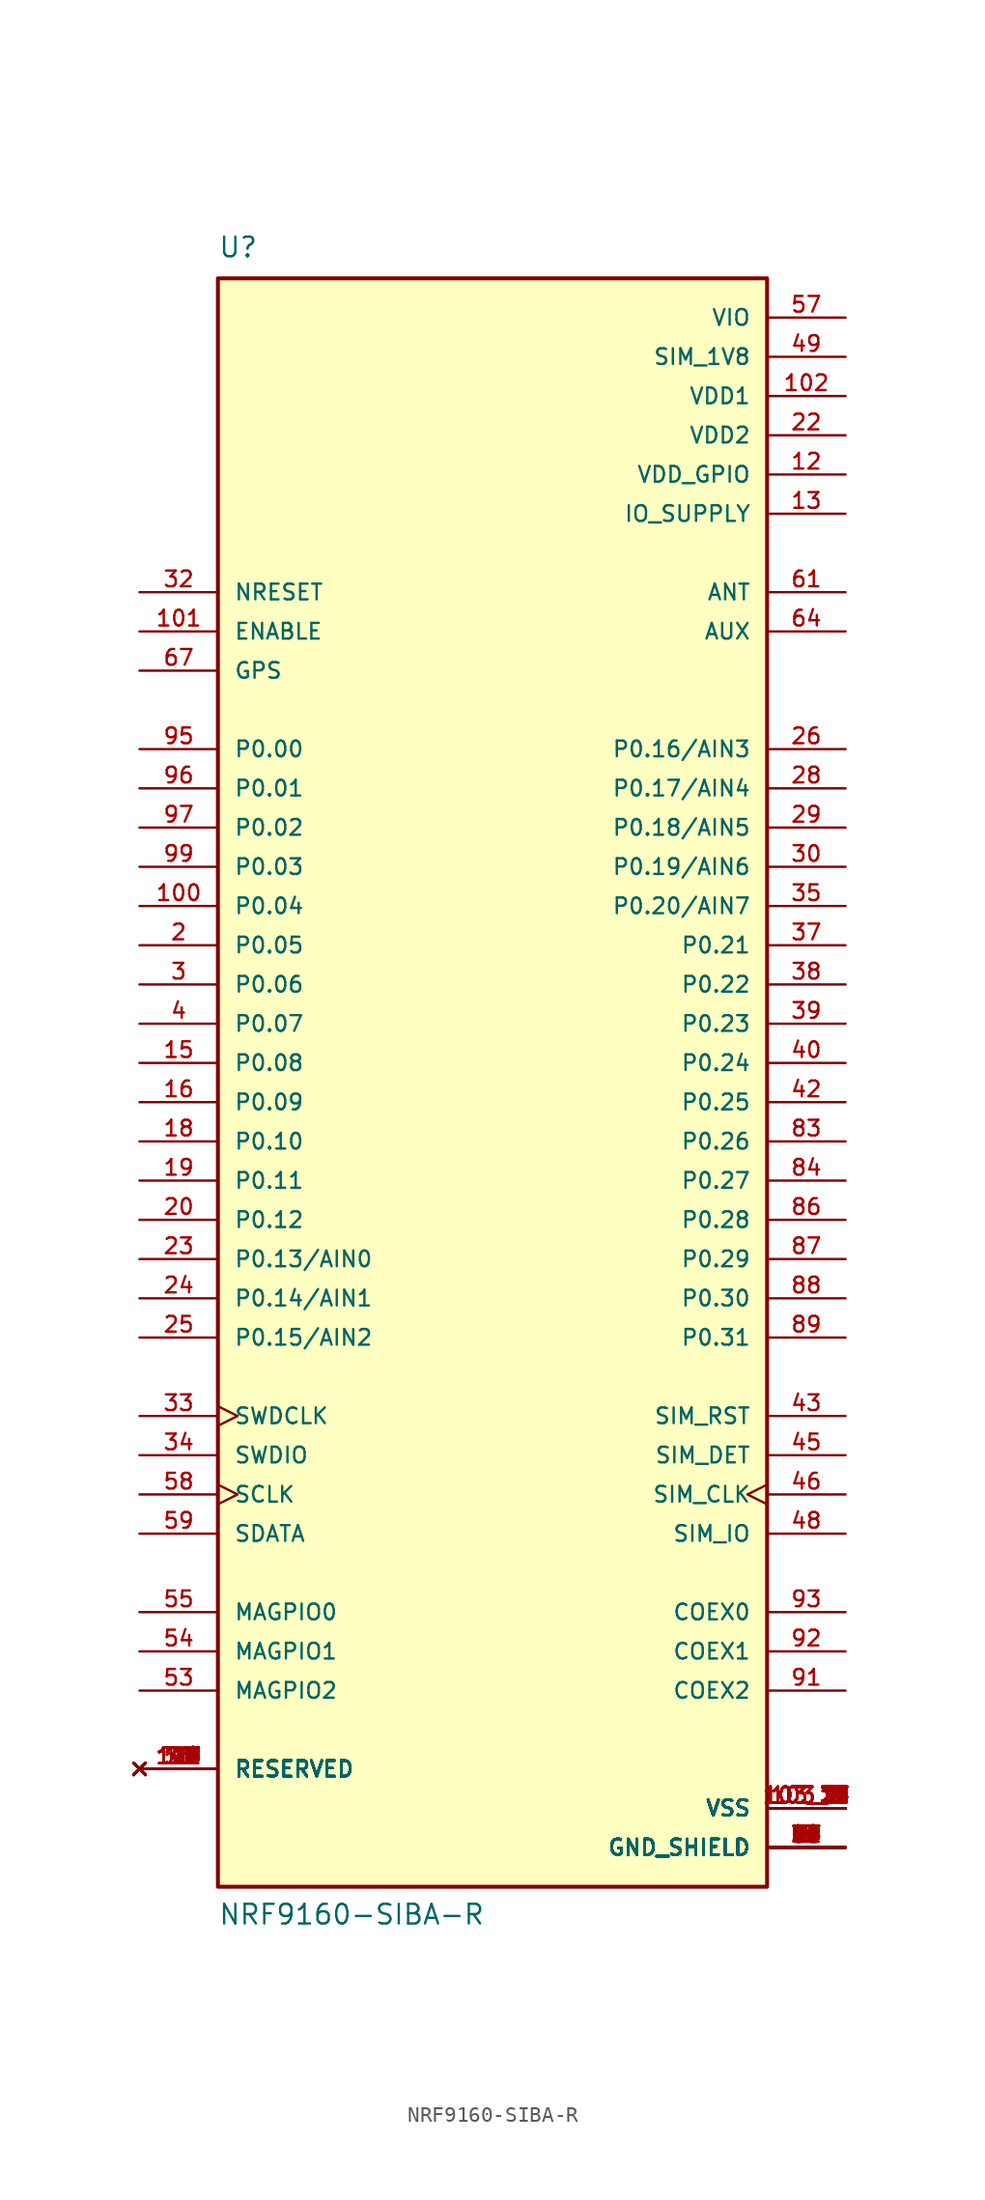
<source format=kicad_sym>
(kicad_symbol_lib
  (version 20211014)
  (generator kicad_symbol_editor)
  (symbol "NRF9160-SIBA-R"
    (pin_names
      (offset 1.016))
    (property "Reference" "U"
      (at -17.78 54.61 0)
      (effects (font (size 1.27 1.27)) (justify bottom left)))
    (property "Value" "NRF9160-SIBA-R"
      (at -17.78 -53.34 0)
      (effects (font (size 1.27 1.27)) (justify bottom left)))
    (symbol "NRF9160-SIBA-R_0_0"
      (rectangle (start -17.78 -50.8) (end 17.78 53.34) (stroke (width 0.254)) (fill (type background)))
      (pin power_in line (at 22.86 -48.26 180.0) (length 5.08) (name "GND_SHIELD" (effects (font (size 1.016 1.016)))) (number "1" (effects (font (size 1.016 1.016)))))
      (pin power_in line (at 22.86 -48.26 180.0) (length 5.08) (name "GND_SHIELD" (effects (font (size 1.016 1.016)))) (number "5" (effects (font (size 1.016 1.016)))))
      (pin power_in line (at 22.86 -48.26 180.0) (length 5.08) (name "GND_SHIELD" (effects (font (size 1.016 1.016)))) (number "6" (effects (font (size 1.016 1.016)))))
      (pin power_in line (at 22.86 -48.26 180.0) (length 5.08) (name "GND_SHIELD" (effects (font (size 1.016 1.016)))) (number "7" (effects (font (size 1.016 1.016)))))
      (pin power_in line (at 22.86 -48.26 180.0) (length 5.08) (name "GND_SHIELD" (effects (font (size 1.016 1.016)))) (number "8" (effects (font (size 1.016 1.016)))))
      (pin power_in line (at 22.86 -48.26 180.0) (length 5.08) (name "GND_SHIELD" (effects (font (size 1.016 1.016)))) (number "9" (effects (font (size 1.016 1.016)))))
      (pin power_in line (at 22.86 -48.26 180.0) (length 5.08) (name "GND_SHIELD" (effects (font (size 1.016 1.016)))) (number "11" (effects (font (size 1.016 1.016)))))
      (pin power_in line (at 22.86 -48.26 180.0) (length 5.08) (name "GND_SHIELD" (effects (font (size 1.016 1.016)))) (number "14" (effects (font (size 1.016 1.016)))))
      (pin power_in line (at 22.86 -48.26 180.0) (length 5.08) (name "GND_SHIELD" (effects (font (size 1.016 1.016)))) (number "17" (effects (font (size 1.016 1.016)))))
      (pin power_in line (at 22.86 -48.26 180.0) (length 5.08) (name "GND_SHIELD" (effects (font (size 1.016 1.016)))) (number "21" (effects (font (size 1.016 1.016)))))
      (pin power_in line (at 22.86 -48.26 180.0) (length 5.08) (name "GND_SHIELD" (effects (font (size 1.016 1.016)))) (number "27" (effects (font (size 1.016 1.016)))))
      (pin power_in line (at 22.86 -48.26 180.0) (length 5.08) (name "GND_SHIELD" (effects (font (size 1.016 1.016)))) (number "31" (effects (font (size 1.016 1.016)))))
      (pin power_in line (at 22.86 -48.26 180.0) (length 5.08) (name "GND_SHIELD" (effects (font (size 1.016 1.016)))) (number "36" (effects (font (size 1.016 1.016)))))
      (pin power_in line (at 22.86 -48.26 180.0) (length 5.08) (name "GND_SHIELD" (effects (font (size 1.016 1.016)))) (number "41" (effects (font (size 1.016 1.016)))))
      (pin power_in line (at 22.86 -48.26 180.0) (length 5.08) (name "GND_SHIELD" (effects (font (size 1.016 1.016)))) (number "44" (effects (font (size 1.016 1.016)))))
      (pin power_in line (at 22.86 -48.26 180.0) (length 5.08) (name "GND_SHIELD" (effects (font (size 1.016 1.016)))) (number "47" (effects (font (size 1.016 1.016)))))
      (pin power_in line (at 22.86 -48.26 180.0) (length 5.08) (name "GND_SHIELD" (effects (font (size 1.016 1.016)))) (number "50" (effects (font (size 1.016 1.016)))))
      (pin power_in line (at 22.86 -48.26 180.0) (length 5.08) (name "GND_SHIELD" (effects (font (size 1.016 1.016)))) (number "52" (effects (font (size 1.016 1.016)))))
      (pin power_in line (at 22.86 -48.26 180.0) (length 5.08) (name "GND_SHIELD" (effects (font (size 1.016 1.016)))) (number "56" (effects (font (size 1.016 1.016)))))
      (pin power_in line (at 22.86 -48.26 180.0) (length 5.08) (name "GND_SHIELD" (effects (font (size 1.016 1.016)))) (number "60" (effects (font (size 1.016 1.016)))))
      (pin power_in line (at 22.86 -48.26 180.0) (length 5.08) (name "GND_SHIELD" (effects (font (size 1.016 1.016)))) (number "62" (effects (font (size 1.016 1.016)))))
      (pin power_in line (at 22.86 -48.26 180.0) (length 5.08) (name "GND_SHIELD" (effects (font (size 1.016 1.016)))) (number "63" (effects (font (size 1.016 1.016)))))
      (pin power_in line (at 22.86 -48.26 180.0) (length 5.08) (name "GND_SHIELD" (effects (font (size 1.016 1.016)))) (number "65" (effects (font (size 1.016 1.016)))))
      (pin power_in line (at 22.86 -48.26 180.0) (length 5.08) (name "GND_SHIELD" (effects (font (size 1.016 1.016)))) (number "66" (effects (font (size 1.016 1.016)))))
      (pin power_in line (at 22.86 -48.26 180.0) (length 5.08) (name "GND_SHIELD" (effects (font (size 1.016 1.016)))) (number "68" (effects (font (size 1.016 1.016)))))
      (pin power_in line (at 22.86 -48.26 180.0) (length 5.08) (name "GND_SHIELD" (effects (font (size 1.016 1.016)))) (number "69" (effects (font (size 1.016 1.016)))))
      (pin power_in line (at 22.86 -48.26 180.0) (length 5.08) (name "GND_SHIELD" (effects (font (size 1.016 1.016)))) (number "72" (effects (font (size 1.016 1.016)))))
      (pin power_in line (at 22.86 -48.26 180.0) (length 5.08) (name "GND_SHIELD" (effects (font (size 1.016 1.016)))) (number "74" (effects (font (size 1.016 1.016)))))
      (pin power_in line (at 22.86 -48.26 180.0) (length 5.08) (name "GND_SHIELD" (effects (font (size 1.016 1.016)))) (number "75" (effects (font (size 1.016 1.016)))))
      (pin power_in line (at 22.86 -48.26 180.0) (length 5.08) (name "GND_SHIELD" (effects (font (size 1.016 1.016)))) (number "76" (effects (font (size 1.016 1.016)))))
      (pin power_in line (at 22.86 -48.26 180.0) (length 5.08) (name "GND_SHIELD" (effects (font (size 1.016 1.016)))) (number "77" (effects (font (size 1.016 1.016)))))
      (pin power_in line (at 22.86 -48.26 180.0) (length 5.08) (name "GND_SHIELD" (effects (font (size 1.016 1.016)))) (number "78" (effects (font (size 1.016 1.016)))))
      (pin power_in line (at 22.86 -48.26 180.0) (length 5.08) (name "GND_SHIELD" (effects (font (size 1.016 1.016)))) (number "79" (effects (font (size 1.016 1.016)))))
      (pin power_in line (at 22.86 -48.26 180.0) (length 5.08) (name "GND_SHIELD" (effects (font (size 1.016 1.016)))) (number "80" (effects (font (size 1.016 1.016)))))
      (pin power_in line (at 22.86 -48.26 180.0) (length 5.08) (name "GND_SHIELD" (effects (font (size 1.016 1.016)))) (number "81" (effects (font (size 1.016 1.016)))))
      (pin power_in line (at 22.86 -48.26 180.0) (length 5.08) (name "GND_SHIELD" (effects (font (size 1.016 1.016)))) (number "82" (effects (font (size 1.016 1.016)))))
      (pin power_in line (at 22.86 -48.26 180.0) (length 5.08) (name "GND_SHIELD" (effects (font (size 1.016 1.016)))) (number "85" (effects (font (size 1.016 1.016)))))
      (pin power_in line (at 22.86 -48.26 180.0) (length 5.08) (name "GND_SHIELD" (effects (font (size 1.016 1.016)))) (number "90" (effects (font (size 1.016 1.016)))))
      (pin power_in line (at 22.86 -48.26 180.0) (length 5.08) (name "GND_SHIELD" (effects (font (size 1.016 1.016)))) (number "94" (effects (font (size 1.016 1.016)))))
      (pin power_in line (at 22.86 -48.26 180.0) (length 5.08) (name "GND_SHIELD" (effects (font (size 1.016 1.016)))) (number "98" (effects (font (size 1.016 1.016)))))
      (pin bidirectional line (at -22.86 10.16 0) (length 5.08) (name "P0.05" (effects (font (size 1.016 1.016)))) (number "2" (effects (font (size 1.016 1.016)))))
      (pin bidirectional line (at -22.86 7.62 0) (length 5.08) (name "P0.06" (effects (font (size 1.016 1.016)))) (number "3" (effects (font (size 1.016 1.016)))))
      (pin bidirectional line (at -22.86 5.08 0) (length 5.08) (name "P0.07" (effects (font (size 1.016 1.016)))) (number "4" (effects (font (size 1.016 1.016)))))
      (pin power_in line (at 22.86 40.64 180.0) (length 5.08) (name "VDD_GPIO" (effects (font (size 1.016 1.016)))) (number "12" (effects (font (size 1.016 1.016)))))
      (pin power_in line (at 22.86 38.1 180.0) (length 5.08) (name "IO_SUPPLY" (effects (font (size 1.016 1.016)))) (number "13" (effects (font (size 1.016 1.016)))))
      (pin bidirectional line (at -22.86 2.54 0) (length 5.08) (name "P0.08" (effects (font (size 1.016 1.016)))) (number "15" (effects (font (size 1.016 1.016)))))
      (pin bidirectional line (at -22.86 0.0 0) (length 5.08) (name "P0.09" (effects (font (size 1.016 1.016)))) (number "16" (effects (font (size 1.016 1.016)))))
      (pin bidirectional line (at -22.86 -2.54 0) (length 5.08) (name "P0.10" (effects (font (size 1.016 1.016)))) (number "18" (effects (font (size 1.016 1.016)))))
      (pin bidirectional line (at -22.86 -5.08 0) (length 5.08) (name "P0.11" (effects (font (size 1.016 1.016)))) (number "19" (effects (font (size 1.016 1.016)))))
      (pin bidirectional line (at -22.86 -7.62 0) (length 5.08) (name "P0.12" (effects (font (size 1.016 1.016)))) (number "20" (effects (font (size 1.016 1.016)))))
      (pin power_in line (at 22.86 45.72 180.0) (length 5.08) (name "VDD1" (effects (font (size 1.016 1.016)))) (number "102" (effects (font (size 1.016 1.016)))))
      (pin bidirectional line (at -22.86 -10.16 0) (length 5.08) (name "P0.13/AIN0" (effects (font (size 1.016 1.016)))) (number "23" (effects (font (size 1.016 1.016)))))
      (pin bidirectional line (at -22.86 -12.7 0) (length 5.08) (name "P0.14/AIN1" (effects (font (size 1.016 1.016)))) (number "24" (effects (font (size 1.016 1.016)))))
      (pin bidirectional line (at -22.86 -15.24 0) (length 5.08) (name "P0.15/AIN2" (effects (font (size 1.016 1.016)))) (number "25" (effects (font (size 1.016 1.016)))))
      (pin bidirectional line (at 22.86 22.86 180.0) (length 5.08) (name "P0.16/AIN3" (effects (font (size 1.016 1.016)))) (number "26" (effects (font (size 1.016 1.016)))))
      (pin bidirectional line (at 22.86 20.32 180.0) (length 5.08) (name "P0.17/AIN4" (effects (font (size 1.016 1.016)))) (number "28" (effects (font (size 1.016 1.016)))))
      (pin bidirectional line (at 22.86 17.78 180.0) (length 5.08) (name "P0.18/AIN5" (effects (font (size 1.016 1.016)))) (number "29" (effects (font (size 1.016 1.016)))))
      (pin bidirectional line (at 22.86 15.24 180.0) (length 5.08) (name "P0.19/AIN6" (effects (font (size 1.016 1.016)))) (number "30" (effects (font (size 1.016 1.016)))))
      (pin bidirectional line (at -22.86 33.02 0) (length 5.08) (name "NRESET" (effects (font (size 1.016 1.016)))) (number "32" (effects (font (size 1.016 1.016)))))
      (pin input clock (at -22.86 -20.32 0) (length 5.08) (name "SWDCLK" (effects (font (size 1.016 1.016)))) (number "33" (effects (font (size 1.016 1.016)))))
      (pin bidirectional line (at -22.86 -22.86 0) (length 5.08) (name "SWDIO" (effects (font (size 1.016 1.016)))) (number "34" (effects (font (size 1.016 1.016)))))
      (pin bidirectional line (at 22.86 12.7 180.0) (length 5.08) (name "P0.20/AIN7" (effects (font (size 1.016 1.016)))) (number "35" (effects (font (size 1.016 1.016)))))
      (pin bidirectional line (at 22.86 10.16 180.0) (length 5.08) (name "P0.21" (effects (font (size 1.016 1.016)))) (number "37" (effects (font (size 1.016 1.016)))))
      (pin bidirectional line (at 22.86 7.62 180.0) (length 5.08) (name "P0.22" (effects (font (size 1.016 1.016)))) (number "38" (effects (font (size 1.016 1.016)))))
      (pin bidirectional line (at 22.86 5.08 180.0) (length 5.08) (name "P0.23" (effects (font (size 1.016 1.016)))) (number "39" (effects (font (size 1.016 1.016)))))
      (pin bidirectional line (at 22.86 2.54 180.0) (length 5.08) (name "P0.24" (effects (font (size 1.016 1.016)))) (number "40" (effects (font (size 1.016 1.016)))))
      (pin bidirectional line (at 22.86 0.0 180.0) (length 5.08) (name "P0.25" (effects (font (size 1.016 1.016)))) (number "42" (effects (font (size 1.016 1.016)))))
      (pin bidirectional line (at 22.86 -20.32 180.0) (length 5.08) (name "SIM_RST" (effects (font (size 1.016 1.016)))) (number "43" (effects (font (size 1.016 1.016)))))
      (pin bidirectional line (at 22.86 -22.86 180.0) (length 5.08) (name "SIM_DET" (effects (font (size 1.016 1.016)))) (number "45" (effects (font (size 1.016 1.016)))))
      (pin bidirectional clock (at 22.86 -25.4 180.0) (length 5.08) (name "SIM_CLK" (effects (font (size 1.016 1.016)))) (number "46" (effects (font (size 1.016 1.016)))))
      (pin bidirectional line (at 22.86 -27.94 180.0) (length 5.08) (name "SIM_IO" (effects (font (size 1.016 1.016)))) (number "48" (effects (font (size 1.016 1.016)))))
      (pin power_in line (at 22.86 48.26 180.0) (length 5.08) (name "SIM_1V8" (effects (font (size 1.016 1.016)))) (number "49" (effects (font (size 1.016 1.016)))))
      (pin bidirectional line (at -22.86 -38.1 0) (length 5.08) (name "MAGPIO2" (effects (font (size 1.016 1.016)))) (number "53" (effects (font (size 1.016 1.016)))))
      (pin bidirectional line (at -22.86 -35.56 0) (length 5.08) (name "MAGPIO1" (effects (font (size 1.016 1.016)))) (number "54" (effects (font (size 1.016 1.016)))))
      (pin bidirectional line (at -22.86 -33.02 0) (length 5.08) (name "MAGPIO0" (effects (font (size 1.016 1.016)))) (number "55" (effects (font (size 1.016 1.016)))))
      (pin power_in line (at 22.86 50.8 180.0) (length 5.08) (name "VIO" (effects (font (size 1.016 1.016)))) (number "57" (effects (font (size 1.016 1.016)))))
      (pin bidirectional clock (at -22.86 -25.4 0) (length 5.08) (name "SCLK" (effects (font (size 1.016 1.016)))) (number "58" (effects (font (size 1.016 1.016)))))
      (pin bidirectional line (at -22.86 -27.94 0) (length 5.08) (name "SDATA" (effects (font (size 1.016 1.016)))) (number "59" (effects (font (size 1.016 1.016)))))
      (pin output line (at 22.86 33.02 180.0) (length 5.08) (name "ANT" (effects (font (size 1.016 1.016)))) (number "61" (effects (font (size 1.016 1.016)))))
      (pin output line (at 22.86 30.48 180.0) (length 5.08) (name "AUX" (effects (font (size 1.016 1.016)))) (number "64" (effects (font (size 1.016 1.016)))))
      (pin input line (at -22.86 27.94 0) (length 5.08) (name "GPS" (effects (font (size 1.016 1.016)))) (number "67" (effects (font (size 1.016 1.016)))))
      (pin bidirectional line (at 22.86 -2.54 180.0) (length 5.08) (name "P0.26" (effects (font (size 1.016 1.016)))) (number "83" (effects (font (size 1.016 1.016)))))
      (pin bidirectional line (at 22.86 -5.08 180.0) (length 5.08) (name "P0.27" (effects (font (size 1.016 1.016)))) (number "84" (effects (font (size 1.016 1.016)))))
      (pin bidirectional line (at 22.86 -7.62 180.0) (length 5.08) (name "P0.28" (effects (font (size 1.016 1.016)))) (number "86" (effects (font (size 1.016 1.016)))))
      (pin bidirectional line (at 22.86 -10.16 180.0) (length 5.08) (name "P0.29" (effects (font (size 1.016 1.016)))) (number "87" (effects (font (size 1.016 1.016)))))
      (pin bidirectional line (at 22.86 -12.7 180.0) (length 5.08) (name "P0.30" (effects (font (size 1.016 1.016)))) (number "88" (effects (font (size 1.016 1.016)))))
      (pin bidirectional line (at 22.86 -15.24 180.0) (length 5.08) (name "P0.31" (effects (font (size 1.016 1.016)))) (number "89" (effects (font (size 1.016 1.016)))))
      (pin bidirectional line (at 22.86 -38.1 180.0) (length 5.08) (name "COEX2" (effects (font (size 1.016 1.016)))) (number "91" (effects (font (size 1.016 1.016)))))
      (pin bidirectional line (at 22.86 -35.56 180.0) (length 5.08) (name "COEX1" (effects (font (size 1.016 1.016)))) (number "92" (effects (font (size 1.016 1.016)))))
      (pin bidirectional line (at 22.86 -33.02 180.0) (length 5.08) (name "COEX0" (effects (font (size 1.016 1.016)))) (number "93" (effects (font (size 1.016 1.016)))))
      (pin bidirectional line (at -22.86 22.86 0) (length 5.08) (name "P0.00" (effects (font (size 1.016 1.016)))) (number "95" (effects (font (size 1.016 1.016)))))
      (pin bidirectional line (at -22.86 20.32 0) (length 5.08) (name "P0.01" (effects (font (size 1.016 1.016)))) (number "96" (effects (font (size 1.016 1.016)))))
      (pin bidirectional line (at -22.86 17.78 0) (length 5.08) (name "P0.02" (effects (font (size 1.016 1.016)))) (number "97" (effects (font (size 1.016 1.016)))))
      (pin bidirectional line (at -22.86 15.24 0) (length 5.08) (name "P0.03" (effects (font (size 1.016 1.016)))) (number "99" (effects (font (size 1.016 1.016)))))
      (pin bidirectional line (at -22.86 12.7 0) (length 5.08) (name "P0.04" (effects (font (size 1.016 1.016)))) (number "100" (effects (font (size 1.016 1.016)))))
      (pin input line (at -22.86 30.48 0) (length 5.08) (name "ENABLE" (effects (font (size 1.016 1.016)))) (number "101" (effects (font (size 1.016 1.016)))))
      (pin power_in line (at 22.86 -45.72 180.0) (length 5.08) (name "VSS" (effects (font (size 1.016 1.016)))) (number "103_1" (effects (font (size 1.016 1.016)))))
      (pin power_in line (at 22.86 -45.72 180.0) (length 5.08) (name "VSS" (effects (font (size 1.016 1.016)))) (number "103_2" (effects (font (size 1.016 1.016)))))
      (pin power_in line (at 22.86 -45.72 180.0) (length 5.08) (name "VSS" (effects (font (size 1.016 1.016)))) (number "103_3" (effects (font (size 1.016 1.016)))))
      (pin power_in line (at 22.86 -45.72 180.0) (length 5.08) (name "VSS" (effects (font (size 1.016 1.016)))) (number "103_4" (effects (font (size 1.016 1.016)))))
      (pin power_in line (at 22.86 -45.72 180.0) (length 5.08) (name "VSS" (effects (font (size 1.016 1.016)))) (number "103_5" (effects (font (size 1.016 1.016)))))
      (pin power_in line (at 22.86 -45.72 180.0) (length 5.08) (name "VSS" (effects (font (size 1.016 1.016)))) (number "103_6" (effects (font (size 1.016 1.016)))))
      (pin power_in line (at 22.86 -45.72 180.0) (length 5.08) (name "VSS" (effects (font (size 1.016 1.016)))) (number "103_7" (effects (font (size 1.016 1.016)))))
      (pin power_in line (at 22.86 -45.72 180.0) (length 5.08) (name "VSS" (effects (font (size 1.016 1.016)))) (number "103_8" (effects (font (size 1.016 1.016)))))
      (pin power_in line (at 22.86 -45.72 180.0) (length 5.08) (name "VSS" (effects (font (size 1.016 1.016)))) (number "103_9" (effects (font (size 1.016 1.016)))))
      (pin power_in line (at 22.86 -45.72 180.0) (length 5.08) (name "VSS" (effects (font (size 1.016 1.016)))) (number "103_10" (effects (font (size 1.016 1.016)))))
      (pin power_in line (at 22.86 -45.72 180.0) (length 5.08) (name "VSS" (effects (font (size 1.016 1.016)))) (number "103_11" (effects (font (size 1.016 1.016)))))
      (pin power_in line (at 22.86 -45.72 180.0) (length 5.08) (name "VSS" (effects (font (size 1.016 1.016)))) (number "103_12" (effects (font (size 1.016 1.016)))))
      (pin power_in line (at 22.86 -45.72 180.0) (length 5.08) (name "VSS" (effects (font (size 1.016 1.016)))) (number "103_13" (effects (font (size 1.016 1.016)))))
      (pin power_in line (at 22.86 -45.72 180.0) (length 5.08) (name "VSS" (effects (font (size 1.016 1.016)))) (number "103_14" (effects (font (size 1.016 1.016)))))
      (pin power_in line (at 22.86 -45.72 180.0) (length 5.08) (name "VSS" (effects (font (size 1.016 1.016)))) (number "103_15" (effects (font (size 1.016 1.016)))))
      (pin power_in line (at 22.86 -45.72 180.0) (length 5.08) (name "VSS" (effects (font (size 1.016 1.016)))) (number "103_16" (effects (font (size 1.016 1.016)))))
      (pin power_in line (at 22.86 -45.72 180.0) (length 5.08) (name "VSS" (effects (font (size 1.016 1.016)))) (number "103_17" (effects (font (size 1.016 1.016)))))
      (pin power_in line (at 22.86 -45.72 180.0) (length 5.08) (name "VSS" (effects (font (size 1.016 1.016)))) (number "103_18" (effects (font (size 1.016 1.016)))))
      (pin power_in line (at 22.86 -45.72 180.0) (length 5.08) (name "VSS" (effects (font (size 1.016 1.016)))) (number "103_19" (effects (font (size 1.016 1.016)))))
      (pin power_in line (at 22.86 -45.72 180.0) (length 5.08) (name "VSS" (effects (font (size 1.016 1.016)))) (number "103_20" (effects (font (size 1.016 1.016)))))
      (pin power_in line (at 22.86 -45.72 180.0) (length 5.08) (name "VSS" (effects (font (size 1.016 1.016)))) (number "103_21" (effects (font (size 1.016 1.016)))))
      (pin power_in line (at 22.86 -45.72 180.0) (length 5.08) (name "VSS" (effects (font (size 1.016 1.016)))) (number "103_22" (effects (font (size 1.016 1.016)))))
      (pin power_in line (at 22.86 -45.72 180.0) (length 5.08) (name "VSS" (effects (font (size 1.016 1.016)))) (number "103_23" (effects (font (size 1.016 1.016)))))
      (pin power_in line (at 22.86 -45.72 180.0) (length 5.08) (name "VSS" (effects (font (size 1.016 1.016)))) (number "103_24" (effects (font (size 1.016 1.016)))))
      (pin power_in line (at 22.86 -45.72 180.0) (length 5.08) (name "VSS" (effects (font (size 1.016 1.016)))) (number "103_25" (effects (font (size 1.016 1.016)))))
      (pin power_in line (at 22.86 -45.72 180.0) (length 5.08) (name "VSS" (effects (font (size 1.016 1.016)))) (number "103_26" (effects (font (size 1.016 1.016)))))
      (pin power_in line (at 22.86 -45.72 180.0) (length 5.08) (name "VSS" (effects (font (size 1.016 1.016)))) (number "103_27" (effects (font (size 1.016 1.016)))))
      (pin power_in line (at 22.86 -45.72 180.0) (length 5.08) (name "VSS" (effects (font (size 1.016 1.016)))) (number "103_28" (effects (font (size 1.016 1.016)))))
      (pin power_in line (at 22.86 -45.72 180.0) (length 5.08) (name "VSS" (effects (font (size 1.016 1.016)))) (number "103_29" (effects (font (size 1.016 1.016)))))
      (pin power_in line (at 22.86 -45.72 180.0) (length 5.08) (name "VSS" (effects (font (size 1.016 1.016)))) (number "103_30" (effects (font (size 1.016 1.016)))))
      (pin power_in line (at 22.86 -45.72 180.0) (length 5.08) (name "VSS" (effects (font (size 1.016 1.016)))) (number "103_31" (effects (font (size 1.016 1.016)))))
      (pin power_in line (at 22.86 -45.72 180.0) (length 5.08) (name "VSS" (effects (font (size 1.016 1.016)))) (number "103_32" (effects (font (size 1.016 1.016)))))
      (pin power_in line (at 22.86 -45.72 180.0) (length 5.08) (name "VSS" (effects (font (size 1.016 1.016)))) (number "103_33" (effects (font (size 1.016 1.016)))))
      (pin power_in line (at 22.86 -45.72 180.0) (length 5.08) (name "VSS" (effects (font (size 1.016 1.016)))) (number "103_34" (effects (font (size 1.016 1.016)))))
      (pin power_in line (at 22.86 -45.72 180.0) (length 5.08) (name "VSS" (effects (font (size 1.016 1.016)))) (number "103_35" (effects (font (size 1.016 1.016)))))
      (pin power_in line (at 22.86 43.18 180.0) (length 5.08) (name "VDD2" (effects (font (size 1.016 1.016)))) (number "22" (effects (font (size 1.016 1.016)))))
      (pin no_connect line (at -22.86 -43.18 0) (length 5.08) (name "RESERVED" (effects (font (size 1.016 1.016)))) (number "10" (effects (font (size 1.016 1.016)))))
      (pin no_connect line (at -22.86 -43.18 0) (length 5.08) (name "RESERVED" (effects (font (size 1.016 1.016)))) (number "51" (effects (font (size 1.016 1.016)))))
      (pin no_connect line (at -22.86 -43.18 0) (length 5.08) (name "RESERVED" (effects (font (size 1.016 1.016)))) (number "70" (effects (font (size 1.016 1.016)))))
      (pin no_connect line (at -22.86 -43.18 0) (length 5.08) (name "RESERVED" (effects (font (size 1.016 1.016)))) (number "71" (effects (font (size 1.016 1.016)))))
      (pin no_connect line (at -22.86 -43.18 0) (length 5.08) (name "RESERVED" (effects (font (size 1.016 1.016)))) (number "73" (effects (font (size 1.016 1.016)))))
      (pin no_connect line (at -22.86 -43.18 0) (length 5.08) (name "RESERVED" (effects (font (size 1.016 1.016)))) (number "104" (effects (font (size 1.016 1.016)))))
      (pin no_connect line (at -22.86 -43.18 0) (length 5.08) (name "RESERVED" (effects (font (size 1.016 1.016)))) (number "105" (effects (font (size 1.016 1.016)))))
      (pin no_connect line (at -22.86 -43.18 0) (length 5.08) (name "RESERVED" (effects (font (size 1.016 1.016)))) (number "106" (effects (font (size 1.016 1.016)))))
      (pin no_connect line (at -22.86 -43.18 0) (length 5.08) (name "RESERVED" (effects (font (size 1.016 1.016)))) (number "107" (effects (font (size 1.016 1.016)))))
      (pin no_connect line (at -22.86 -43.18 0) (length 5.08) (name "RESERVED" (effects (font (size 1.016 1.016)))) (number "108" (effects (font (size 1.016 1.016)))))
      (pin no_connect line (at -22.86 -43.18 0) (length 5.08) (name "RESERVED" (effects (font (size 1.016 1.016)))) (number "109" (effects (font (size 1.016 1.016)))))
      (pin no_connect line (at -22.86 -43.18 0) (length 5.08) (name "RESERVED" (effects (font (size 1.016 1.016)))) (number "110" (effects (font (size 1.016 1.016)))))
      (pin no_connect line (at -22.86 -43.18 0) (length 5.08) (name "RESERVED" (effects (font (size 1.016 1.016)))) (number "111" (effects (font (size 1.016 1.016)))))
      (pin no_connect line (at -22.86 -43.18 0) (length 5.08) (name "RESERVED" (effects (font (size 1.016 1.016)))) (number "112" (effects (font (size 1.016 1.016)))))
      (pin no_connect line (at -22.86 -43.18 0) (length 5.08) (name "RESERVED" (effects (font (size 1.016 1.016)))) (number "113" (effects (font (size 1.016 1.016)))))
      (pin no_connect line (at -22.86 -43.18 0) (length 5.08) (name "RESERVED" (effects (font (size 1.016 1.016)))) (number "114" (effects (font (size 1.016 1.016)))))
      (pin no_connect line (at -22.86 -43.18 0) (length 5.08) (name "RESERVED" (effects (font (size 1.016 1.016)))) (number "115" (effects (font (size 1.016 1.016)))))
      (pin no_connect line (at -22.86 -43.18 0) (length 5.08) (name "RESERVED" (effects (font (size 1.016 1.016)))) (number "116" (effects (font (size 1.016 1.016)))))
      (pin no_connect line (at -22.86 -43.18 0) (length 5.08) (name "RESERVED" (effects (font (size 1.016 1.016)))) (number "117" (effects (font (size 1.016 1.016)))))
      (pin no_connect line (at -22.86 -43.18 0) (length 5.08) (name "RESERVED" (effects (font (size 1.016 1.016)))) (number "118" (effects (font (size 1.016 1.016)))))
      (pin no_connect line (at -22.86 -43.18 0) (length 5.08) (name "RESERVED" (effects (font (size 1.016 1.016)))) (number "119" (effects (font (size 1.016 1.016)))))
      (pin no_connect line (at -22.86 -43.18 0) (length 5.08) (name "RESERVED" (effects (font (size 1.016 1.016)))) (number "120" (effects (font (size 1.016 1.016)))))
      (pin no_connect line (at -22.86 -43.18 0) (length 5.08) (name "RESERVED" (effects (font (size 1.016 1.016)))) (number "121" (effects (font (size 1.016 1.016)))))
      (pin no_connect line (at -22.86 -43.18 0) (length 5.08) (name "RESERVED" (effects (font (size 1.016 1.016)))) (number "122" (effects (font (size 1.016 1.016)))))
      (pin no_connect line (at -22.86 -43.18 0) (length 5.08) (name "RESERVED" (effects (font (size 1.016 1.016)))) (number "123" (effects (font (size 1.016 1.016)))))
      (pin no_connect line (at -22.86 -43.18 0) (length 5.08) (name "RESERVED" (effects (font (size 1.016 1.016)))) (number "124" (effects (font (size 1.016 1.016)))))
      (pin no_connect line (at -22.86 -43.18 0) (length 5.08) (name "RESERVED" (effects (font (size 1.016 1.016)))) (number "125" (effects (font (size 1.016 1.016)))))
      (pin no_connect line (at -22.86 -43.18 0) (length 5.08) (name "RESERVED" (effects (font (size 1.016 1.016)))) (number "126" (effects (font (size 1.016 1.016)))))
      (pin no_connect line (at -22.86 -43.18 0) (length 5.08) (name "RESERVED" (effects (font (size 1.016 1.016)))) (number "127" (effects (font (size 1.016 1.016))))))))
</source>
